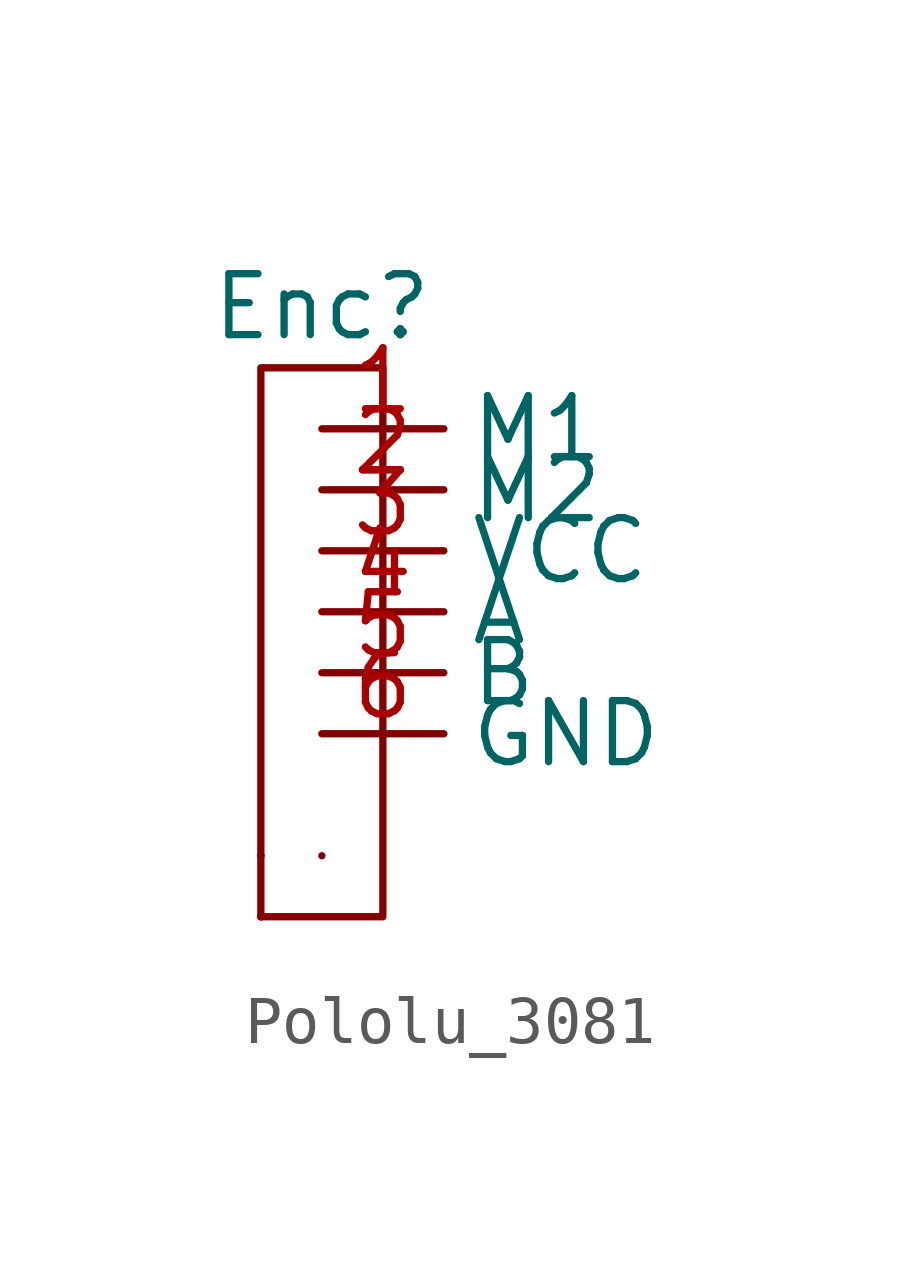
<source format=kicad_sym>
(kicad_symbol_lib
  (version 20231120)
  (generator "kicad_symbol_editor")
  (generator_version "8.0")
  (symbol "Pololu_3081"
    (property "Reference" "Enc"
      (at 0 0 0)
      (effects (font (size 1.27 1.27))))
    (property "Value" ""
      (at 0 0 0)
      (effects (font (size 1.27 1.27))))
    (symbol "Pololu_3081_0_1"
      (rectangle (start -1.27 -12.7) (end -1.27 -12.7) (stroke (width 0) (type default)) (fill (type none)))
      (rectangle (start -1.27 -12.7) (end -1.27 -12.7) (stroke (width 0) (type default)) (fill (type none)))
      (rectangle (start -1.27 -12.7) (end -1.27 -12.7) (stroke (width 0) (type default)) (fill (type none)))
      (rectangle (start -1.27 -11.43) (end -1.27 -11.43) (stroke (width 0) (type default)) (fill (type none)))
      (rectangle (start -1.27 -11.43) (end -1.27 -11.43) (stroke (width 0) (type default)) (fill (type none)))
      (rectangle (start -1.27 -1.27) (end 1.27 -12.7) (stroke (width 0) (type default)) (fill (type none)))
      (rectangle (start 0 -11.43) (end 0 -11.43) (stroke (width 0) (type default)) (fill (type none))))
    (symbol "Pololu_3081_1_1"
      (pin output line (at 0 -2.54 0) (length 2.54) (name "M1" (effects (font (size 1.27 1.27)))) (number "1" (effects (font (size 1.27 1.27)))))
      (pin output line (at 0 -3.81 0) (length 2.54) (name "M2" (effects (font (size 1.27 1.27)))) (number "2" (effects (font (size 1.27 1.27)))))
      (pin power_in line (at 0 -5.08 0) (length 2.54) (name "VCC" (effects (font (size 1.27 1.27)))) (number "3" (effects (font (size 1.27 1.27)))))
      (pin input line (at 0 -6.35 0) (length 2.54) (name "A" (effects (font (size 1.27 1.27)))) (number "4" (effects (font (size 1.27 1.27)))))
      (pin input line (at 0 -7.62 0) (length 2.54) (name "B" (effects (font (size 1.27 1.27)))) (number "5" (effects (font (size 1.27 1.27)))))
      (pin power_out line (at 0 -8.89 0) (length 2.54) (name "GND" (effects (font (size 1.27 1.27)))) (number "6" (effects (font (size 1.27 1.27))))))))
</source>
